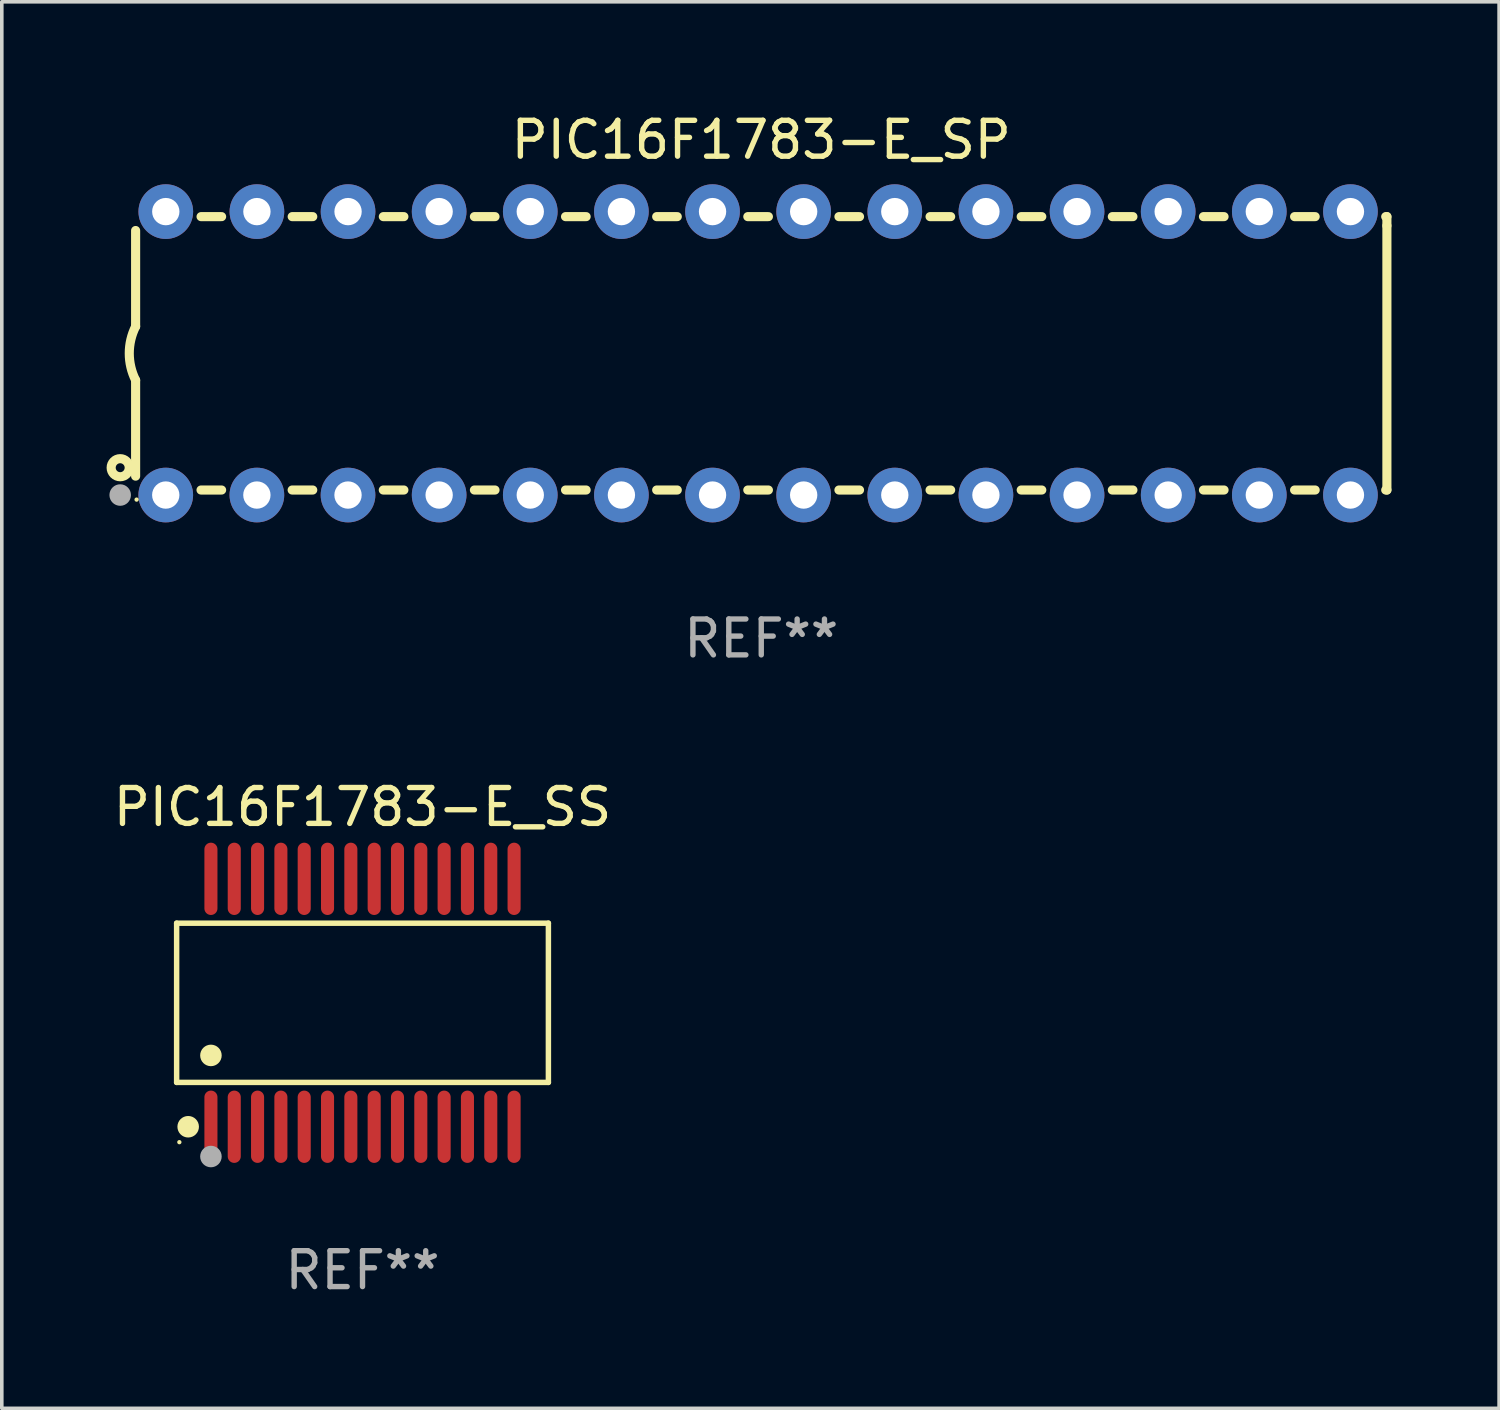
<source format=kicad_pcb>
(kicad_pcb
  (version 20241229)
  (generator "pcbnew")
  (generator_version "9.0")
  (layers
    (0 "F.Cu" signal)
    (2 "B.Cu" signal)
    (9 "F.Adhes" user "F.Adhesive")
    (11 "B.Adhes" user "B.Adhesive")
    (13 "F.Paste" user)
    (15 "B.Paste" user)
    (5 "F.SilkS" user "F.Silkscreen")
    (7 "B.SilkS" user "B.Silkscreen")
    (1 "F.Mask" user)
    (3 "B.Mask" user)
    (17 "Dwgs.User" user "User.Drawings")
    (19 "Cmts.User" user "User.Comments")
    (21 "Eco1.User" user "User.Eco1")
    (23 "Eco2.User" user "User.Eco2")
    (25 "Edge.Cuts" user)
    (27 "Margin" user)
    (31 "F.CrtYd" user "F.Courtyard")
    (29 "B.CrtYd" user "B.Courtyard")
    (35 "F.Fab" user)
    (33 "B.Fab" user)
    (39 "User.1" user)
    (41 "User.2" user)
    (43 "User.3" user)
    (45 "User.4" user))
  (footprint "PIC16F1783-E_SS"
    (layer "F.Cu")
    (at 7.054 24.9)
    (property "Reference" "PIC16F1783-E_SS" (at 0 -5.455 0) (layer "F.SilkS") (effects (font (size 1 1) (thickness 0.15))))
    (attr through_hole)
    (fp_line (start -5.181 -2.219) (end 5.181 -2.219) (stroke (width 0.152) (type solid)) (layer "F.SilkS"))
    (fp_line (start -5.181 2.219) (end -5.181 -2.219) (stroke (width 0.152) (type solid)) (layer "F.SilkS"))
    (fp_line (start 5.181 -2.219) (end 5.181 2.219) (stroke (width 0.152) (type solid)) (layer "F.SilkS"))
    (fp_line (start 5.181 2.219) (end -5.181 2.219) (stroke (width 0.152) (type solid)) (layer "F.SilkS"))
    (fp_circle (center -5.105 3.885) (end -5.075 3.885) (stroke (width 0.06) (type solid)) (fill no) (layer "F.SilkS"))
    (fp_circle (center -4.859 3.455) (end -4.709 3.455) (stroke (width 0.3) (type solid)) (fill no) (layer "F.SilkS"))
    (fp_circle (center -4.225 1.467) (end -4.075 1.467) (stroke (width 0.3) (type solid)) (fill no) (layer "F.SilkS"))
    (fp_circle (center -4.225 4.285) (end -4.075 4.285) (stroke (width 0.3) (type solid)) (fill no) (layer "F.Fab"))
    (fp_text user "REF**" (at 0 7.455 0) (layer "F.Fab") (effects (font (size 1 1) (thickness 0.15))))
    (pad "1" smd oval (at -4.225 3.455) (size 0.364 2.015) (layers "F.Cu" "F.Mask" "F.Paste"))
    (pad "2" smd oval (at -3.575 3.455) (size 0.364 2.015) (layers "F.Cu" "F.Mask" "F.Paste"))
    (pad "3" smd oval (at -2.925 3.455) (size 0.364 2.015) (layers "F.Cu" "F.Mask" "F.Paste"))
    (pad "4" smd oval (at -2.275 3.455) (size 0.364 2.015) (layers "F.Cu" "F.Mask" "F.Paste"))
    (pad "5" smd oval (at -1.625 3.455) (size 0.364 2.015) (layers "F.Cu" "F.Mask" "F.Paste"))
    (pad "6" smd oval (at -0.975 3.455) (size 0.364 2.015) (layers "F.Cu" "F.Mask" "F.Paste"))
    (pad "7" smd oval (at -0.325 3.455) (size 0.364 2.015) (layers "F.Cu" "F.Mask" "F.Paste"))
    (pad "8" smd oval (at 0.325 3.455) (size 0.364 2.015) (layers "F.Cu" "F.Mask" "F.Paste"))
    (pad "9" smd oval (at 0.975 3.455) (size 0.364 2.015) (layers "F.Cu" "F.Mask" "F.Paste"))
    (pad "10" smd oval (at 1.625 3.455) (size 0.364 2.015) (layers "F.Cu" "F.Mask" "F.Paste"))
    (pad "11" smd oval (at 2.275 3.455) (size 0.364 2.015) (layers "F.Cu" "F.Mask" "F.Paste"))
    (pad "12" smd oval (at 2.925 3.455) (size 0.364 2.015) (layers "F.Cu" "F.Mask" "F.Paste"))
    (pad "13" smd oval (at 3.575 3.455) (size 0.364 2.015) (layers "F.Cu" "F.Mask" "F.Paste"))
    (pad "14" smd oval (at 4.225 3.455) (size 0.364 2.015) (layers "F.Cu" "F.Mask" "F.Paste"))
    (pad "15" smd oval (at 4.225 -3.455) (size 0.364 2.015) (layers "F.Cu" "F.Mask" "F.Paste"))
    (pad "16" smd oval (at 3.575 -3.455) (size 0.364 2.015) (layers "F.Cu" "F.Mask" "F.Paste"))
    (pad "17" smd oval (at 2.925 -3.455) (size 0.364 2.015) (layers "F.Cu" "F.Mask" "F.Paste"))
    (pad "18" smd oval (at 2.275 -3.455) (size 0.364 2.015) (layers "F.Cu" "F.Mask" "F.Paste"))
    (pad "19" smd oval (at 1.625 -3.455) (size 0.364 2.015) (layers "F.Cu" "F.Mask" "F.Paste"))
    (pad "20" smd oval (at 0.975 -3.455) (size 0.364 2.015) (layers "F.Cu" "F.Mask" "F.Paste"))
    (pad "21" smd oval (at 0.325 -3.455) (size 0.364 2.015) (layers "F.Cu" "F.Mask" "F.Paste"))
    (pad "22" smd oval (at -0.325 -3.455) (size 0.364 2.015) (layers "F.Cu" "F.Mask" "F.Paste"))
    (pad "23" smd oval (at -0.975 -3.455) (size 0.364 2.015) (layers "F.Cu" "F.Mask" "F.Paste"))
    (pad "24" smd oval (at -1.625 -3.455) (size 0.364 2.015) (layers "F.Cu" "F.Mask" "F.Paste"))
    (pad "25" smd oval (at -2.275 -3.455) (size 0.364 2.015) (layers "F.Cu" "F.Mask" "F.Paste"))
    (pad "26" smd oval (at -2.925 -3.455) (size 0.364 2.015) (layers "F.Cu" "F.Mask" "F.Paste"))
    (pad "27" smd oval (at -3.575 -3.455) (size 0.364 2.015) (layers "F.Cu" "F.Mask" "F.Paste"))
    (pad "28" smd oval (at -4.225 -3.455) (size 0.364 2.015) (layers "F.Cu" "F.Mask" "F.Paste")))
  (footprint "PIC16F1783-E_SP"
    (layer "F.Cu")
    (at 18.168 6.798)
    (property "Reference" "PIC16F1783-E_SP" (at 0 -5.95 0) (layer "F.SilkS") (effects (font (size 1 1) (thickness 0.15))))
    (attr through_hole)
    (fp_line (start -17.438 0.75) (end -17.438 3.423) (stroke (width 0.254) (type solid)) (layer "F.SilkS"))
    (fp_line (start -17.438 -3.423) (end -17.438 -0.75) (stroke (width 0.254) (type solid)) (layer "F.SilkS"))
    (fp_line (start -15.615 3.81) (end -15.041 3.81) (stroke (width 0.254) (type solid)) (layer "F.SilkS"))
    (fp_line (start -15.041 -3.81) (end -15.614 -3.81) (stroke (width 0.254) (type solid)) (layer "F.SilkS"))
    (fp_line (start -13.075 3.81) (end -12.501 3.81) (stroke (width 0.254) (type solid)) (layer "F.SilkS"))
    (fp_line (start -12.501 -3.81) (end -13.074 -3.81) (stroke (width 0.254) (type solid)) (layer "F.SilkS"))
    (fp_line (start -10.535 3.81) (end -9.961 3.81) (stroke (width 0.254) (type solid)) (layer "F.SilkS"))
    (fp_line (start -9.961 -3.81) (end -10.534 -3.81) (stroke (width 0.254) (type solid)) (layer "F.SilkS"))
    (fp_line (start -7.995 3.81) (end -7.421 3.81) (stroke (width 0.254) (type solid)) (layer "F.SilkS"))
    (fp_line (start -7.421 -3.81) (end -7.995 -3.81) (stroke (width 0.254) (type solid)) (layer "F.SilkS"))
    (fp_line (start -5.455 3.81) (end -4.881 3.81) (stroke (width 0.254) (type solid)) (layer "F.SilkS"))
    (fp_line (start -4.881 -3.81) (end -5.455 -3.81) (stroke (width 0.254) (type solid)) (layer "F.SilkS"))
    (fp_line (start -2.915 3.81) (end -2.341 3.81) (stroke (width 0.254) (type solid)) (layer "F.SilkS"))
    (fp_line (start -2.341 -3.81) (end -2.915 -3.81) (stroke (width 0.254) (type solid)) (layer "F.SilkS"))
    (fp_line (start -0.375 3.81) (end 0.199 3.81) (stroke (width 0.254) (type solid)) (layer "F.SilkS"))
    (fp_line (start 0.199 -3.81) (end -0.375 -3.81) (stroke (width 0.254) (type solid)) (layer "F.SilkS"))
    (fp_line (start 2.165 3.81) (end 2.739 3.81) (stroke (width 0.254) (type solid)) (layer "F.SilkS"))
    (fp_line (start 2.739 -3.81) (end 2.165 -3.81) (stroke (width 0.254) (type solid)) (layer "F.SilkS"))
    (fp_line (start 4.705 3.81) (end 5.279 3.81) (stroke (width 0.254) (type solid)) (layer "F.SilkS"))
    (fp_line (start 5.279 -3.81) (end 4.705 -3.81) (stroke (width 0.254) (type solid)) (layer "F.SilkS"))
    (fp_line (start 7.245 3.81) (end 7.819 3.81) (stroke (width 0.254) (type solid)) (layer "F.SilkS"))
    (fp_line (start 7.819 -3.81) (end 7.245 -3.81) (stroke (width 0.254) (type solid)) (layer "F.SilkS"))
    (fp_line (start 9.785 3.81) (end 10.359 3.81) (stroke (width 0.254) (type solid)) (layer "F.SilkS"))
    (fp_line (start 10.359 -3.81) (end 9.785 -3.81) (stroke (width 0.254) (type solid)) (layer "F.SilkS"))
    (fp_line (start 12.325 3.81) (end 12.899 3.81) (stroke (width 0.254) (type solid)) (layer "F.SilkS"))
    (fp_line (start 12.899 -3.81) (end 12.325 -3.81) (stroke (width 0.254) (type solid)) (layer "F.SilkS"))
    (fp_line (start 14.865 3.81) (end 15.439 3.81) (stroke (width 0.254) (type solid)) (layer "F.SilkS"))
    (fp_line (start 15.439 -3.81) (end 14.865 -3.81) (stroke (width 0.254) (type solid)) (layer "F.SilkS"))
    (fp_line (start 17.405 3.81) (end 17.438 3.81) (stroke (width 0.254) (type solid)) (layer "F.SilkS"))
    (fp_line (start 17.438 -3.81) (end 17.405 -3.81) (stroke (width 0.254) (type solid)) (layer "F.SilkS"))
    (fp_line (start 17.438 -3.556) (end 17.438 -3.81) (stroke (width 0.254) (type solid)) (layer "F.SilkS"))
    (fp_line (start 17.438 3.81) (end 17.438 -3.556) (stroke (width 0.254) (type solid)) (layer "F.SilkS"))
    (fp_arc (start -17.437986 0.749657) (mid -17.614887 -0.000024) (end -17.437783 -0.749657) (stroke (width 0.254001) (type solid)) (layer "F.SilkS"))
    (fp_circle (center -17.868 3.188) (end -17.743 3.188) (stroke (width 0.254) (type solid)) (fill no) (layer "F.SilkS"))
    (fp_circle (center -17.411 4.077) (end -17.381 4.077) (stroke (width 0.06) (type solid)) (fill no) (layer "F.SilkS"))
    (fp_circle (center -17.868 3.95) (end -17.718 3.95) (stroke (width 0.3) (type solid)) (fill no) (layer "F.Fab"))
    (fp_text user "REF**" (at 0 7.95 0) (layer "F.Fab") (effects (font (size 1 1) (thickness 0.15))))
    (pad "1" thru_hole circle (at -16.598 3.95) (size 1.524 1.524) (drill 0.762) (layers "*.Cu" "*.Mask"))
    (pad "2" thru_hole circle (at -14.058 3.95) (size 1.524 1.524) (drill 0.762) (layers "*.Cu" "*.Mask"))
    (pad "3" thru_hole circle (at -11.518 3.95) (size 1.524 1.524) (drill 0.762) (layers "*.Cu" "*.Mask"))
    (pad "4" thru_hole circle (at -8.978 3.95) (size 1.524 1.524) (drill 0.762) (layers "*.Cu" "*.Mask"))
    (pad "5" thru_hole circle (at -6.438 3.95) (size 1.524 1.524) (drill 0.762) (layers "*.Cu" "*.Mask"))
    (pad "6" thru_hole circle (at -3.898 3.95) (size 1.524 1.524) (drill 0.762) (layers "*.Cu" "*.Mask"))
    (pad "7" thru_hole circle (at -1.358 3.95) (size 1.524 1.524) (drill 0.762) (layers "*.Cu" "*.Mask"))
    (pad "8" thru_hole circle (at 1.182 3.95) (size 1.524 1.524) (drill 0.762) (layers "*.Cu" "*.Mask"))
    (pad "9" thru_hole circle (at 3.722 3.95) (size 1.524 1.524) (drill 0.762) (layers "*.Cu" "*.Mask"))
    (pad "10" thru_hole circle (at 6.262 3.95) (size 1.524 1.524) (drill 0.762) (layers "*.Cu" "*.Mask"))
    (pad "11" thru_hole circle (at 8.802 3.95) (size 1.524 1.524) (drill 0.762) (layers "*.Cu" "*.Mask"))
    (pad "12" thru_hole circle (at 11.342 3.95) (size 1.524 1.524) (drill 0.762) (layers "*.Cu" "*.Mask"))
    (pad "13" thru_hole circle (at 13.882 3.95) (size 1.524 1.524) (drill 0.762) (layers "*.Cu" "*.Mask"))
    (pad "14" thru_hole circle (at 16.422 3.95) (size 1.524 1.524) (drill 0.762) (layers "*.Cu" "*.Mask"))
    (pad "15" thru_hole circle (at 16.422 -3.95) (size 1.524 1.524) (drill 0.762) (layers "*.Cu" "*.Mask"))
    (pad "16" thru_hole circle (at 13.882 -3.95) (size 1.524 1.524) (drill 0.762) (layers "*.Cu" "*.Mask"))
    (pad "17" thru_hole circle (at 11.342 -3.95) (size 1.524 1.524) (drill 0.762) (layers "*.Cu" "*.Mask"))
    (pad "18" thru_hole circle (at 8.802 -3.95) (size 1.524 1.524) (drill 0.762) (layers "*.Cu" "*.Mask"))
    (pad "19" thru_hole circle (at 6.262 -3.95) (size 1.524 1.524) (drill 0.762) (layers "*.Cu" "*.Mask"))
    (pad "20" thru_hole circle (at 3.722 -3.95) (size 1.524 1.524) (drill 0.762) (layers "*.Cu" "*.Mask"))
    (pad "21" thru_hole circle (at 1.182 -3.95) (size 1.524 1.524) (drill 0.762) (layers "*.Cu" "*.Mask"))
    (pad "22" thru_hole circle (at -1.358 -3.95) (size 1.524 1.524) (drill 0.762) (layers "*.Cu" "*.Mask"))
    (pad "23" thru_hole circle (at -3.898 -3.95) (size 1.524 1.524) (drill 0.762) (layers "*.Cu" "*.Mask"))
    (pad "24" thru_hole circle (at -6.438 -3.95) (size 1.524 1.524) (drill 0.762) (layers "*.Cu" "*.Mask"))
    (pad "25" thru_hole circle (at -8.978 -3.95) (size 1.524 1.524) (drill 0.762) (layers "*.Cu" "*.Mask"))
    (pad "26" thru_hole circle (at -11.517 -3.95) (size 1.524 1.524) (drill 0.762) (layers "*.Cu" "*.Mask"))
    (pad "27" thru_hole circle (at -14.057 -3.95) (size 1.524 1.524) (drill 0.762) (layers "*.Cu" "*.Mask"))
    (pad "28" thru_hole circle (at -16.597 -3.95) (size 1.524 1.524) (drill 0.762) (layers "*.Cu" "*.Mask")))
  (gr_rect
    (start -3 -3)
    (end 38.733 36.203)
    (stroke (width 0.1) (type default))
    (fill no)
    (layer "Edge.Cuts")))
</source>
